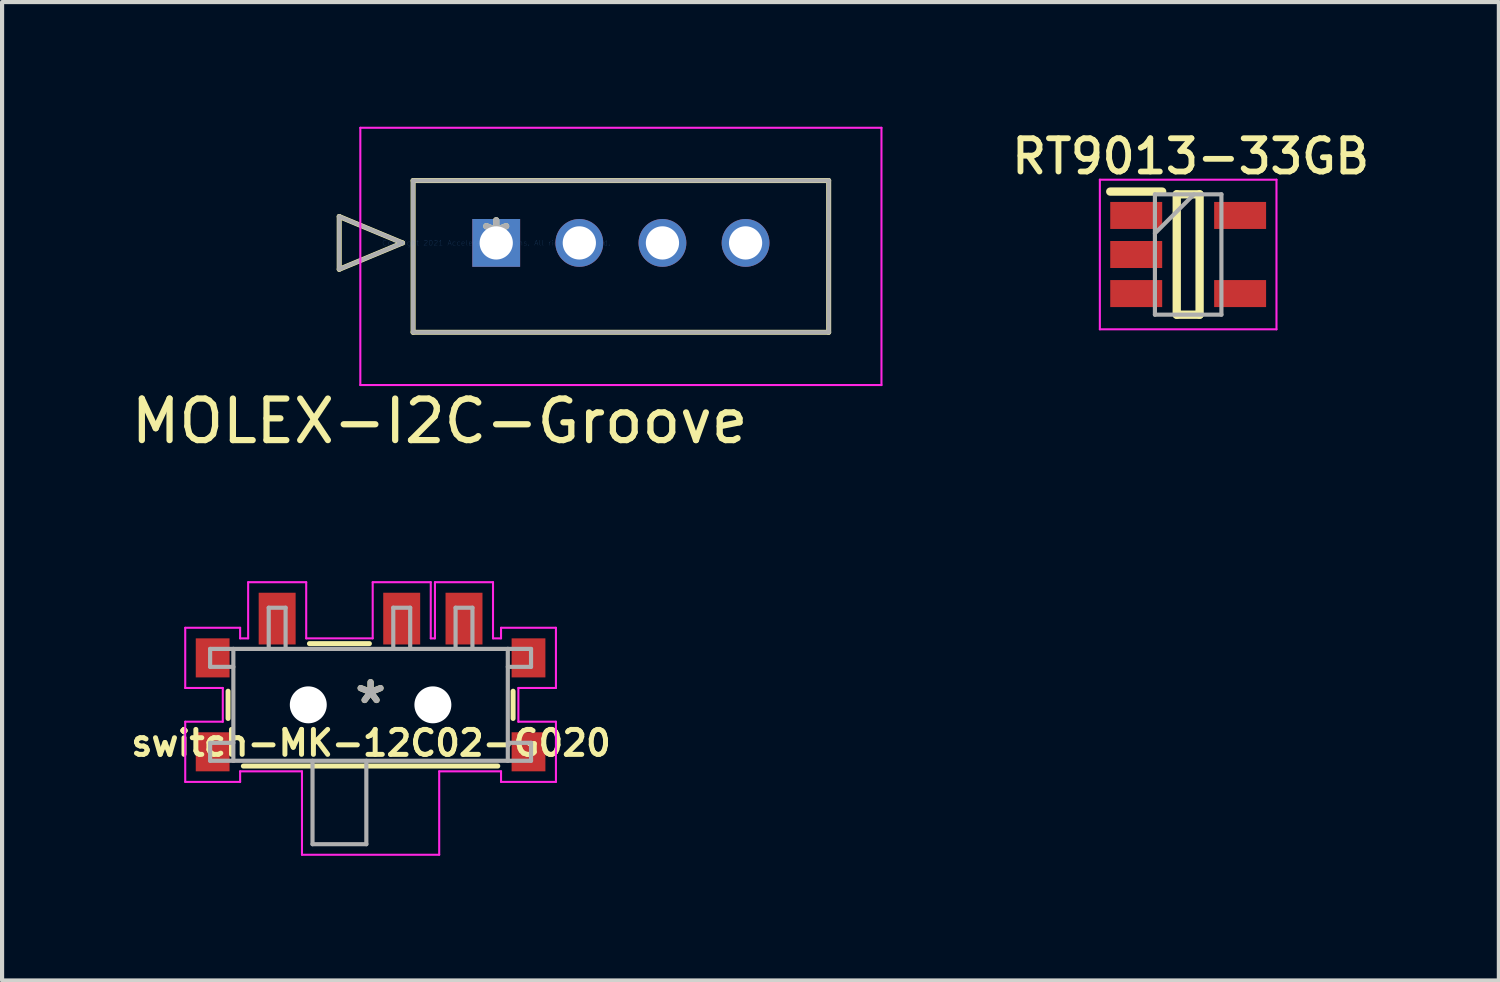
<source format=kicad_pcb>
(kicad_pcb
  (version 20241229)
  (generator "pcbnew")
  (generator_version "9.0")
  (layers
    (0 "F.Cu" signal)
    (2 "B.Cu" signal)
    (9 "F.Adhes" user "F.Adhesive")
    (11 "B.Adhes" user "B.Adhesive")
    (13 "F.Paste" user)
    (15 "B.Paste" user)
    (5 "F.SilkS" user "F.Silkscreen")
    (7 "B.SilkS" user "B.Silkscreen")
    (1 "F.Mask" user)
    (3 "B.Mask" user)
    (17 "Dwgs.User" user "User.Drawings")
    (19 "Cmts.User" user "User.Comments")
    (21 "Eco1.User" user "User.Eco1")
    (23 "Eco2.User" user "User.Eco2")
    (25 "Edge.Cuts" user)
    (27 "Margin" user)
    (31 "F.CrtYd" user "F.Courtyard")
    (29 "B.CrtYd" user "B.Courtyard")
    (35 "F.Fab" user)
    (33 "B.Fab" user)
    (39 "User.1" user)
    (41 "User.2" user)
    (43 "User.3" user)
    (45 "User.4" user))
  (footprint "switch-MK-12C02-G020"
    (layer "F.Cu")
    (at 5.867 13.91)
    (property "Reference" "switch-MK-12C02-G020" (at 0.01 0.92 0) (layer "F.SilkS") (effects (font (size 0.6 0.6) (thickness 0.12))))
    (attr smd)
    (fp_line (start -3.429 -0.328) (end -3.429 0.328) (stroke (width 0.12) (type solid)) (layer "F.SilkS"))
    (fp_line (start -3.061 1.473) (end 3.061 1.473) (stroke (width 0.12) (type solid)) (layer "F.SilkS"))
    (fp_line (start -0.028 -1.473) (end -1.471 -1.473) (stroke (width 0.12) (type solid)) (layer "F.SilkS"))
    (fp_line (start 3.429 0.328) (end 3.429 -0.328) (stroke (width 0.12) (type solid)) (layer "F.SilkS"))
    (fp_line (start -4.46 -1.854) (end -4.46 -0.406) (stroke (width 0.05) (type solid)) (layer "F.CrtYd"))
    (fp_line (start -4.46 -0.406) (end -3.556 -0.406) (stroke (width 0.05) (type solid)) (layer "F.CrtYd"))
    (fp_line (start -4.46 0.406) (end -4.46 1.854) (stroke (width 0.05) (type solid)) (layer "F.CrtYd"))
    (fp_line (start -4.46 1.854) (end -3.139 1.854) (stroke (width 0.05) (type solid)) (layer "F.CrtYd"))
    (fp_line (start -3.556 -0.406) (end -3.556 0.406) (stroke (width 0.05) (type solid)) (layer "F.CrtYd"))
    (fp_line (start -3.556 0.406) (end -4.46 0.406) (stroke (width 0.05) (type solid)) (layer "F.CrtYd"))
    (fp_line (start -3.139 -1.854) (end -4.46 -1.854) (stroke (width 0.05) (type solid)) (layer "F.CrtYd"))
    (fp_line (start -3.139 -1.6) (end -3.139 -1.854) (stroke (width 0.05) (type solid)) (layer "F.CrtYd"))
    (fp_line (start -3.139 1.6) (end -1.651 1.6) (stroke (width 0.05) (type solid)) (layer "F.CrtYd"))
    (fp_line (start -3.139 1.854) (end -3.139 1.6) (stroke (width 0.05) (type solid)) (layer "F.CrtYd"))
    (fp_line (start -2.946 -2.951) (end -2.946 -1.6) (stroke (width 0.05) (type solid)) (layer "F.CrtYd"))
    (fp_line (start -2.946 -1.6) (end -3.139 -1.6) (stroke (width 0.05) (type solid)) (layer "F.CrtYd"))
    (fp_line (start -1.651 1.6) (end -1.651 3.607) (stroke (width 0.05) (type solid)) (layer "F.CrtYd"))
    (fp_line (start -1.651 3.607) (end 1.651 3.607) (stroke (width 0.05) (type solid)) (layer "F.CrtYd"))
    (fp_line (start -1.549 -2.951) (end -2.946 -2.951) (stroke (width 0.05) (type solid)) (layer "F.CrtYd"))
    (fp_line (start -1.549 -1.6) (end -1.549 -2.951) (stroke (width 0.05) (type solid)) (layer "F.CrtYd"))
    (fp_line (start 0.051 -2.951) (end 0.051 -1.6) (stroke (width 0.05) (type solid)) (layer "F.CrtYd"))
    (fp_line (start 0.051 -1.6) (end -1.549 -1.6) (stroke (width 0.05) (type solid)) (layer "F.CrtYd"))
    (fp_line (start 1.448 -2.951) (end 0.051 -2.951) (stroke (width 0.05) (type solid)) (layer "F.CrtYd"))
    (fp_line (start 1.448 -1.6) (end 1.448 -2.951) (stroke (width 0.05) (type solid)) (layer "F.CrtYd"))
    (fp_line (start 1.549 -2.951) (end 1.549 -1.6) (stroke (width 0.05) (type solid)) (layer "F.CrtYd"))
    (fp_line (start 1.549 -1.6) (end 1.448 -1.6) (stroke (width 0.05) (type solid)) (layer "F.CrtYd"))
    (fp_line (start 1.651 1.6) (end 3.139 1.6) (stroke (width 0.05) (type solid)) (layer "F.CrtYd"))
    (fp_line (start 1.651 3.607) (end 1.651 1.6) (stroke (width 0.05) (type solid)) (layer "F.CrtYd"))
    (fp_line (start 2.946 -2.951) (end 1.549 -2.951) (stroke (width 0.05) (type solid)) (layer "F.CrtYd"))
    (fp_line (start 2.946 -1.6) (end 2.946 -2.951) (stroke (width 0.05) (type solid)) (layer "F.CrtYd"))
    (fp_line (start 3.139 -1.854) (end 3.139 -1.6) (stroke (width 0.05) (type solid)) (layer "F.CrtYd"))
    (fp_line (start 3.139 -1.6) (end 2.946 -1.6) (stroke (width 0.05) (type solid)) (layer "F.CrtYd"))
    (fp_line (start 3.139 1.6) (end 3.139 1.854) (stroke (width 0.05) (type solid)) (layer "F.CrtYd"))
    (fp_line (start 3.139 1.854) (end 4.46 1.854) (stroke (width 0.05) (type solid)) (layer "F.CrtYd"))
    (fp_line (start 3.556 -0.406) (end 4.46 -0.406) (stroke (width 0.05) (type solid)) (layer "F.CrtYd"))
    (fp_line (start 3.556 0.406) (end 3.556 -0.406) (stroke (width 0.05) (type solid)) (layer "F.CrtYd"))
    (fp_line (start 4.46 -1.854) (end 3.139 -1.854) (stroke (width 0.05) (type solid)) (layer "F.CrtYd"))
    (fp_line (start 4.46 -0.406) (end 4.46 -1.854) (stroke (width 0.05) (type solid)) (layer "F.CrtYd"))
    (fp_line (start 4.46 0.406) (end 3.556 0.406) (stroke (width 0.05) (type solid)) (layer "F.CrtYd"))
    (fp_line (start 4.46 1.854) (end 4.46 0.406) (stroke (width 0.05) (type solid)) (layer "F.CrtYd"))
    (fp_line (start -3.861 -1.346) (end -3.861 -0.914) (stroke (width 0.1) (type solid)) (layer "F.Fab"))
    (fp_line (start -3.861 0.914) (end -3.302 0.914) (stroke (width 0.1) (type solid)) (layer "F.Fab"))
    (fp_line (start -3.861 1.346) (end -3.861 0.914) (stroke (width 0.1) (type solid)) (layer "F.Fab"))
    (fp_line (start -3.302 -1.346) (end -3.861 -1.346) (stroke (width 0.1) (type solid)) (layer "F.Fab"))
    (fp_line (start -3.302 -1.346) (end -3.302 1.346) (stroke (width 0.1) (type solid)) (layer "F.Fab"))
    (fp_line (start -3.302 -0.914) (end -3.861 -0.914) (stroke (width 0.1) (type solid)) (layer "F.Fab"))
    (fp_line (start -3.302 1.346) (end -3.861 1.346) (stroke (width 0.1) (type solid)) (layer "F.Fab"))
    (fp_line (start -3.302 1.346) (end 3.302 1.346) (stroke (width 0.1) (type solid)) (layer "F.Fab"))
    (fp_line (start -2.451 -2.337) (end -2.045 -2.337) (stroke (width 0.1) (type solid)) (layer "F.Fab"))
    (fp_line (start -2.451 -1.346) (end -2.451 -2.337) (stroke (width 0.1) (type solid)) (layer "F.Fab"))
    (fp_line (start -2.045 -2.337) (end -2.045 -1.346) (stroke (width 0.1) (type solid)) (layer "F.Fab"))
    (fp_line (start -1.397 1.346) (end -1.397 3.353) (stroke (width 0.1) (type solid)) (layer "F.Fab"))
    (fp_line (start -1.397 3.353) (end -0.102 3.353) (stroke (width 0.1) (type solid)) (layer "F.Fab"))
    (fp_line (start -0.102 3.353) (end -0.102 1.346) (stroke (width 0.1) (type solid)) (layer "F.Fab"))
    (fp_line (start 0.546 -2.337) (end 0.953 -2.337) (stroke (width 0.1) (type solid)) (layer "F.Fab"))
    (fp_line (start 0.546 -1.346) (end 0.546 -2.337) (stroke (width 0.1) (type solid)) (layer "F.Fab"))
    (fp_line (start 0.953 -2.337) (end 0.953 -1.346) (stroke (width 0.1) (type solid)) (layer "F.Fab"))
    (fp_line (start 2.045 -2.337) (end 2.451 -2.337) (stroke (width 0.1) (type solid)) (layer "F.Fab"))
    (fp_line (start 2.045 -1.346) (end 2.045 -2.337) (stroke (width 0.1) (type solid)) (layer "F.Fab"))
    (fp_line (start 2.451 -2.337) (end 2.451 -1.346) (stroke (width 0.1) (type solid)) (layer "F.Fab"))
    (fp_line (start 3.302 -1.346) (end -3.302 -1.346) (stroke (width 0.1) (type solid)) (layer "F.Fab"))
    (fp_line (start 3.302 -0.914) (end 3.861 -0.914) (stroke (width 0.1) (type solid)) (layer "F.Fab"))
    (fp_line (start 3.302 1.346) (end 3.302 -1.346) (stroke (width 0.1) (type solid)) (layer "F.Fab"))
    (fp_line (start 3.302 1.346) (end 3.861 1.346) (stroke (width 0.1) (type solid)) (layer "F.Fab"))
    (fp_line (start 3.861 -1.346) (end 3.302 -1.346) (stroke (width 0.1) (type solid)) (layer "F.Fab"))
    (fp_line (start 3.861 -0.914) (end 3.861 -1.346) (stroke (width 0.1) (type solid)) (layer "F.Fab"))
    (fp_line (start 3.861 0.914) (end 3.302 0.914) (stroke (width 0.1) (type solid)) (layer "F.Fab"))
    (fp_line (start 3.861 1.346) (end 3.861 0.914) (stroke (width 0.1) (type solid)) (layer "F.Fab"))
    (fp_text user "*" (at 0 0 0) (layer "F.SilkS") (effects (font (size 1 1) (thickness 0.15))))
    (fp_text user "*" (at 0 0 0) (layer "F.Fab") (effects (font (size 1 1) (thickness 0.15))))
    (pad "" np_thru_hole circle (at -1.499 0) (size 0.889 0.889) (drill 0.889) (layers "*.Cu" "*.Mask"))
    (pad "" np_thru_hole circle (at 1.499 0) (size 0.889 0.889) (drill 0.889) (layers "*.Cu" "*.Mask"))
    (pad "1" smd rect (at -2.248 -2.075) (size 0.889 1.245) (layers "F.Cu" "F.Mask" "F.Paste"))
    (pad "2" smd rect (at 0.749 -2.075) (size 0.889 1.245) (layers "F.Cu" "F.Mask" "F.Paste"))
    (pad "3" smd rect (at 2.248 -2.075) (size 0.889 1.245) (layers "F.Cu" "F.Mask" "F.Paste"))
    (pad "6" smd rect (at -3.8 -1.13) (size 0.813 0.94) (layers "F.Cu" "F.Mask" "F.Paste"))
    (pad "7" smd rect (at 3.8 -1.13) (size 0.813 0.94) (layers "F.Cu" "F.Mask" "F.Paste"))
    (pad "8" smd rect (at -3.8 1.13) (size 0.813 0.94) (layers "F.Cu" "F.Mask" "F.Paste"))
    (pad "9" smd rect (at 3.8 1.13) (size 0.813 0.94) (layers "F.Cu" "F.Mask" "F.Paste")))
  (footprint "RT9013-33GB"
    (layer "F.Cu")
    (at 25.54 3.074)
    (property "Reference" "RT9013-33GB" (at 0.06 -2.36 0) (layer "F.SilkS") (effects (font (size 0.8 0.8) (thickness 0.14) (bold yes))))
    (attr smd)
    (fp_line (start -1.875 -1.514) (end -0.625 -1.514) (stroke (width 0.2) (type solid)) (layer "F.SilkS"))
    (fp_line (start -0.275 -1.448) (end 0.275 -1.448) (stroke (width 0.2) (type solid)) (layer "F.SilkS"))
    (fp_line (start -0.275 1.448) (end -0.275 -1.448) (stroke (width 0.2) (type solid)) (layer "F.SilkS"))
    (fp_line (start 0.275 -1.448) (end 0.275 1.448) (stroke (width 0.2) (type solid)) (layer "F.SilkS"))
    (fp_line (start 0.275 1.448) (end -0.275 1.448) (stroke (width 0.2) (type solid)) (layer "F.SilkS"))
    (fp_line (start -2.125 -1.8) (end 2.125 -1.8) (stroke (width 0.05) (type solid)) (layer "F.CrtYd"))
    (fp_line (start -2.125 1.8) (end -2.125 -1.8) (stroke (width 0.05) (type solid)) (layer "F.CrtYd"))
    (fp_line (start 2.125 -1.8) (end 2.125 1.8) (stroke (width 0.05) (type solid)) (layer "F.CrtYd"))
    (fp_line (start 2.125 1.8) (end -2.125 1.8) (stroke (width 0.05) (type solid)) (layer "F.CrtYd"))
    (fp_line (start -0.8 -1.448) (end 0.8 -1.448) (stroke (width 0.1) (type solid)) (layer "F.Fab"))
    (fp_line (start -0.8 -0.508) (end 0.14 -1.448) (stroke (width 0.1) (type solid)) (layer "F.Fab"))
    (fp_line (start -0.8 1.448) (end -0.8 -1.448) (stroke (width 0.1) (type solid)) (layer "F.Fab"))
    (fp_line (start 0.8 -1.448) (end 0.8 1.448) (stroke (width 0.1) (type solid)) (layer "F.Fab"))
    (fp_line (start 0.8 1.448) (end -0.8 1.448) (stroke (width 0.1) (type solid)) (layer "F.Fab"))
    (pad "1" smd rect (at -1.25 -0.94 90) (size 0.65 1.25) (layers "F.Cu" "F.Mask" "F.Paste"))
    (pad "2" smd rect (at -1.25 0 90) (size 0.65 1.25) (layers "F.Cu" "F.Mask" "F.Paste"))
    (pad "3" smd rect (at -1.25 0.94 90) (size 0.65 1.25) (layers "F.Cu" "F.Mask" "F.Paste"))
    (pad "4" smd rect (at 1.25 0.94 90) (size 0.65 1.25) (layers "F.Cu" "F.Mask" "F.Paste"))
    (pad "5" smd rect (at 1.25 -0.94 90) (size 0.65 1.25) (layers "F.Cu" "F.Mask" "F.Paste")))
  (footprint "MOLEX-I2C-Groove"
    (layer "F.Cu")
    (at 8.89 2.795)
    (property "Reference" "MOLEX-I2C-Groove" (at -1.36 4.29 0) (layer "F.SilkS") (effects (font (size 1 1) (thickness 0.15))))
    (attr through_hole)
    (fp_line (start -3.778 -0.635) (end -3.778 0.635) (stroke (width 0.12) (type solid)) (layer "F.SilkS"))
    (fp_line (start -3.778 0.635) (end -2.254 0) (stroke (width 0.12) (type solid)) (layer "F.SilkS"))
    (fp_line (start -2.254 0) (end -3.778 -0.635) (stroke (width 0.12) (type solid)) (layer "F.SilkS"))
    (fp_line (start -2 -1.5) (end -2 2.15) (stroke (width 0.12) (type solid)) (layer "F.SilkS"))
    (fp_line (start -2 2.15) (end 8 2.15) (stroke (width 0.12) (type solid)) (layer "F.SilkS"))
    (fp_line (start 8 -1.5) (end -2 -1.5) (stroke (width 0.12) (type solid)) (layer "F.SilkS"))
    (fp_line (start 8 2.15) (end 8 -1.5) (stroke (width 0.12) (type solid)) (layer "F.SilkS"))
    (fp_line (start -3.27 -2.77) (end -3.27 3.42) (stroke (width 0.05) (type solid)) (layer "F.CrtYd"))
    (fp_line (start -3.27 3.42) (end 9.27 3.42) (stroke (width 0.05) (type solid)) (layer "F.CrtYd"))
    (fp_line (start 9.27 -2.77) (end -3.27 -2.77) (stroke (width 0.05) (type solid)) (layer "F.CrtYd"))
    (fp_line (start 9.27 3.42) (end 9.27 -2.77) (stroke (width 0.05) (type solid)) (layer "F.CrtYd"))
    (fp_line (start -3.778 -0.635) (end -3.778 0.635) (stroke (width 0.1) (type solid)) (layer "F.Fab"))
    (fp_line (start -3.778 0.635) (end -2.254 0) (stroke (width 0.1) (type solid)) (layer "F.Fab"))
    (fp_line (start -2.254 0) (end -3.778 -0.635) (stroke (width 0.1) (type solid)) (layer "F.Fab"))
    (fp_line (start -2 -1.5) (end -2 2.15) (stroke (width 0.1) (type solid)) (layer "F.Fab"))
    (fp_line (start -2 2.15) (end 8 2.15) (stroke (width 0.1) (type solid)) (layer "F.Fab"))
    (fp_line (start 8 -1.5) (end -2 -1.5) (stroke (width 0.1) (type solid)) (layer "F.Fab"))
    (fp_line (start 8 2.15) (end 8 -1.5) (stroke (width 0.1) (type solid)) (layer "F.Fab"))
    (fp_text user "*" (at 0 0 0) (layer "F.SilkS") (effects (font (size 1 1) (thickness 0.15))))
    (fp_text user "Copyright 2021 Accelerated Designs. All rights reserved." (at 0 0 0) (layer "Cmts.User") (effects (font (size 0.127 0.127) (thickness 0.002))))
    (fp_text user "*" (at 0 0 0) (layer "F.Fab") (effects (font (size 1 1) (thickness 0.15))))
    (pad "1" thru_hole rect (at 0 0) (size 1.15 1.15) (drill 0.8) (layers "*.Cu" "*.Mask"))
    (pad "2" thru_hole circle (at 2 0) (size 1.15 1.15) (drill 0.8) (layers "*.Cu" "*.Mask"))
    (pad "3" thru_hole circle (at 4 0) (size 1.15 1.15) (drill 0.8) (layers "*.Cu" "*.Mask"))
    (pad "4" thru_hole circle (at 6 0) (size 1.15 1.15) (drill 0.8) (layers "*.Cu" "*.Mask")))
  (gr_rect
    (start -3 -3)
    (end 33.016 20.542)
    (stroke (width 0.1) (type default))
    (fill no)
    (layer "Edge.Cuts")))
</source>
